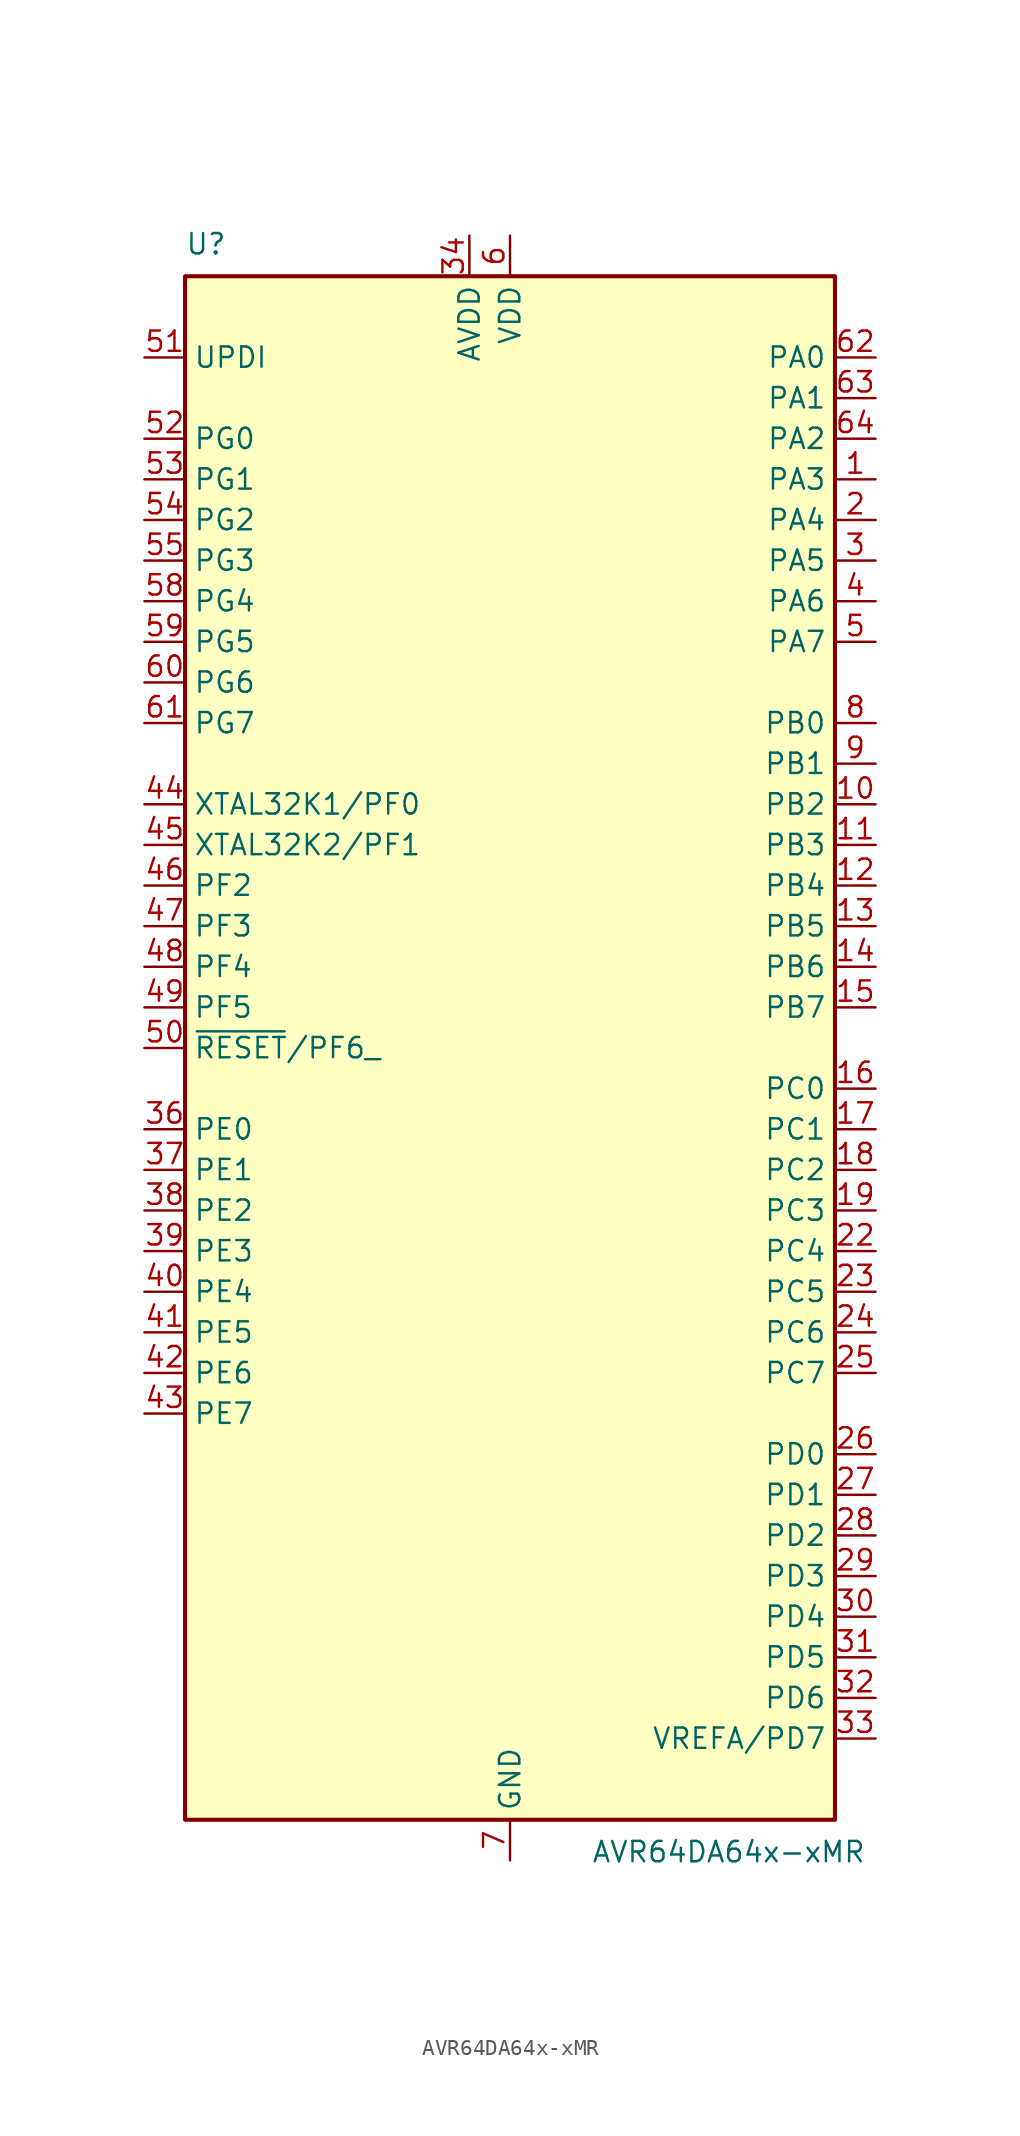
<source format=kicad_sym>
(kicad_symbol_lib
  (version 20211014)
  (generator kicad_symbol_editor)
  (symbol "AVR64DA64x-xMR"
    (property "Reference" "U"
      (at -20.32 49.53 0)
      (effects (font (size 1.27 1.27)) (justify left bottom)))
    (property "Value" "AVR64DA64x-xMR"
      (at 5.08 -49.53 0)
      (effects (font (size 1.27 1.27)) (justify left top)))
    (symbol "AVR64DA64x-xMR_0_1"
      (rectangle (start -20.32 48.26) (end 20.32 -48.26) (stroke (width 0.254) (type default) (color 0 0 0 0)) (fill (type background))))
    (symbol "AVR64DA64x-xMR_1_1"
      (pin bidirectional line (at 22.86 43.18 180) (length 2.54) (name "PA0" (effects (font (size 1.27 1.27)))) (number "62" (effects (font (size 1.27 1.27)))))
      (pin bidirectional line (at 22.86 40.64 180) (length 2.54) (name "PA1" (effects (font (size 1.27 1.27)))) (number "63" (effects (font (size 1.27 1.27)))))
      (pin bidirectional line (at 22.86 38.1 180) (length 2.54) (name "PA2" (effects (font (size 1.27 1.27)))) (number "64" (effects (font (size 1.27 1.27)))))
      (pin bidirectional line (at 22.86 35.56 180) (length 2.54) (name "PA3" (effects (font (size 1.27 1.27)))) (number "1" (effects (font (size 1.27 1.27)))))
      (pin bidirectional line (at 22.86 33.02 180) (length 2.54) (name "PA4" (effects (font (size 1.27 1.27)))) (number "2" (effects (font (size 1.27 1.27)))))
      (pin bidirectional line (at 22.86 30.48 180) (length 2.54) (name "PA5" (effects (font (size 1.27 1.27)))) (number "3" (effects (font (size 1.27 1.27)))))
      (pin bidirectional line (at 22.86 27.94 180) (length 2.54) (name "PA6" (effects (font (size 1.27 1.27)))) (number "4" (effects (font (size 1.27 1.27)))))
      (pin bidirectional line (at 22.86 25.4 180) (length 2.54) (name "PA7" (effects (font (size 1.27 1.27)))) (number "5" (effects (font (size 1.27 1.27)))))
      (pin bidirectional line (at 22.86 20.32 180) (length 2.54) (name "PB0" (effects (font (size 1.27 1.27)))) (number "8" (effects (font (size 1.27 1.27)))))
      (pin bidirectional line (at 22.86 17.78 180) (length 2.54) (name "PB1" (effects (font (size 1.27 1.27)))) (number "9" (effects (font (size 1.27 1.27)))))
      (pin bidirectional line (at 22.86 15.24 180) (length 2.54) (name "PB2" (effects (font (size 1.27 1.27)))) (number "10" (effects (font (size 1.27 1.27)))))
      (pin bidirectional line (at 22.86 12.7 180) (length 2.54) (name "PB3" (effects (font (size 1.27 1.27)))) (number "11" (effects (font (size 1.27 1.27)))))
      (pin bidirectional line (at 22.86 10.16 180) (length 2.54) (name "PB4" (effects (font (size 1.27 1.27)))) (number "12" (effects (font (size 1.27 1.27)))))
      (pin bidirectional line (at 22.86 7.62 180) (length 2.54) (name "PB5" (effects (font (size 1.27 1.27)))) (number "13" (effects (font (size 1.27 1.27)))))
      (pin bidirectional line (at 22.86 5.08 180) (length 2.54) (name "PB6" (effects (font (size 1.27 1.27)))) (number "14" (effects (font (size 1.27 1.27)))))
      (pin bidirectional line (at 22.86 2.54 180) (length 2.54) (name "PB7" (effects (font (size 1.27 1.27)))) (number "15" (effects (font (size 1.27 1.27)))))
      (pin bidirectional line (at 22.86 -2.54 180) (length 2.54) (name "PC0" (effects (font (size 1.27 1.27)))) (number "16" (effects (font (size 1.27 1.27)))))
      (pin bidirectional line (at 22.86 -5.08 180) (length 2.54) (name "PC1" (effects (font (size 1.27 1.27)))) (number "17" (effects (font (size 1.27 1.27)))))
      (pin bidirectional line (at 22.86 -7.62 180) (length 2.54) (name "PC2" (effects (font (size 1.27 1.27)))) (number "18" (effects (font (size 1.27 1.27)))))
      (pin bidirectional line (at 22.86 -10.16 180) (length 2.54) (name "PC3" (effects (font (size 1.27 1.27)))) (number "19" (effects (font (size 1.27 1.27)))))
      (pin bidirectional line (at 22.86 -12.7 180) (length 2.54) (name "PC4" (effects (font (size 1.27 1.27)))) (number "22" (effects (font (size 1.27 1.27)))))
      (pin bidirectional line (at 22.86 -15.24 180) (length 2.54) (name "PC5" (effects (font (size 1.27 1.27)))) (number "23" (effects (font (size 1.27 1.27)))))
      (pin bidirectional line (at 22.86 -17.78 180) (length 2.54) (name "PC6" (effects (font (size 1.27 1.27)))) (number "24" (effects (font (size 1.27 1.27)))))
      (pin bidirectional line (at 22.86 -20.32 180) (length 2.54) (name "PC7" (effects (font (size 1.27 1.27)))) (number "25" (effects (font (size 1.27 1.27)))))
      (pin bidirectional line (at 22.86 -25.4 180) (length 2.54) (name "PD0" (effects (font (size 1.27 1.27)))) (number "26" (effects (font (size 1.27 1.27)))))
      (pin bidirectional line (at 22.86 -27.94 180) (length 2.54) (name "PD1" (effects (font (size 1.27 1.27)))) (number "27" (effects (font (size 1.27 1.27)))))
      (pin bidirectional line (at 22.86 -30.48 180) (length 2.54) (name "PD2" (effects (font (size 1.27 1.27)))) (number "28" (effects (font (size 1.27 1.27)))))
      (pin bidirectional line (at 22.86 -33.02 180) (length 2.54) (name "PD3" (effects (font (size 1.27 1.27)))) (number "29" (effects (font (size 1.27 1.27)))))
      (pin bidirectional line (at 22.86 -35.56 180) (length 2.54) (name "PD4" (effects (font (size 1.27 1.27)))) (number "30" (effects (font (size 1.27 1.27)))))
      (pin bidirectional line (at 22.86 -38.1 180) (length 2.54) (name "PD5" (effects (font (size 1.27 1.27)))) (number "31" (effects (font (size 1.27 1.27)))))
      (pin bidirectional line (at 22.86 -40.64 180) (length 2.54) (name "PD6" (effects (font (size 1.27 1.27)))) (number "32" (effects (font (size 1.27 1.27)))))
      (pin bidirectional line (at 22.86 -43.18 180) (length 2.54) (name "VREFA/PD7" (effects (font (size 1.27 1.27)))) (number "33" (effects (font (size 1.27 1.27)))))
      (pin input line (at -22.86 43.18 0) (length 2.54) (name "UPDI" (effects (font (size 1.27 1.27)))) (number "51" (effects (font (size 1.27 1.27)))))
      (pin bidirectional line (at -22.86 38.1 0) (length 2.54) (name "PG0" (effects (font (size 1.27 1.27)))) (number "52" (effects (font (size 1.27 1.27)))))
      (pin bidirectional line (at -22.86 35.56 0) (length 2.54) (name "PG1" (effects (font (size 1.27 1.27)))) (number "53" (effects (font (size 1.27 1.27)))))
      (pin bidirectional line (at -22.86 33.02 0) (length 2.54) (name "PG2" (effects (font (size 1.27 1.27)))) (number "54" (effects (font (size 1.27 1.27)))))
      (pin bidirectional line (at -22.86 30.48 0) (length 2.54) (name "PG3" (effects (font (size 1.27 1.27)))) (number "55" (effects (font (size 1.27 1.27)))))
      (pin bidirectional line (at -22.86 27.94 0) (length 2.54) (name "PG4" (effects (font (size 1.27 1.27)))) (number "58" (effects (font (size 1.27 1.27)))))
      (pin bidirectional line (at -22.86 25.4 0) (length 2.54) (name "PG5" (effects (font (size 1.27 1.27)))) (number "59" (effects (font (size 1.27 1.27)))))
      (pin bidirectional line (at -22.86 22.86 0) (length 2.54) (name "PG6" (effects (font (size 1.27 1.27)))) (number "60" (effects (font (size 1.27 1.27)))))
      (pin bidirectional line (at -22.86 20.32 0) (length 2.54) (name "PG7" (effects (font (size 1.27 1.27)))) (number "61" (effects (font (size 1.27 1.27)))))
      (pin bidirectional line (at -22.86 15.24 0) (length 2.54) (name "XTAL32K1/PF0" (effects (font (size 1.27 1.27)))) (number "44" (effects (font (size 1.27 1.27)))))
      (pin bidirectional line (at -22.86 12.7 0) (length 2.54) (name "XTAL32K2/PF1" (effects (font (size 1.27 1.27)))) (number "45" (effects (font (size 1.27 1.27)))))
      (pin bidirectional line (at -22.86 10.16 0) (length 2.54) (name "PF2" (effects (font (size 1.27 1.27)))) (number "46" (effects (font (size 1.27 1.27)))))
      (pin bidirectional line (at -22.86 7.62 0) (length 2.54) (name "PF3" (effects (font (size 1.27 1.27)))) (number "47" (effects (font (size 1.27 1.27)))))
      (pin bidirectional line (at -22.86 5.08 0) (length 2.54) (name "PF4" (effects (font (size 1.27 1.27)))) (number "48" (effects (font (size 1.27 1.27)))))
      (pin bidirectional line (at -22.86 2.54 0) (length 2.54) (name "PF5" (effects (font (size 1.27 1.27)))) (number "49" (effects (font (size 1.27 1.27)))))
      (pin bidirectional line (at -22.86 0 0) (length 2.54) (name "~{RESET}/PF6 " (effects (font (size 1.27 1.27)))) (number "50" (effects (font (size 1.27 1.27)))))
      (pin bidirectional line (at -22.86 -5.08 0) (length 2.54) (name "PE0" (effects (font (size 1.27 1.27)))) (number "36" (effects (font (size 1.27 1.27)))))
      (pin bidirectional line (at -22.86 -7.62 0) (length 2.54) (name "PE1" (effects (font (size 1.27 1.27)))) (number "37" (effects (font (size 1.27 1.27)))))
      (pin bidirectional line (at -22.86 -10.16 0) (length 2.54) (name "PE2" (effects (font (size 1.27 1.27)))) (number "38" (effects (font (size 1.27 1.27)))))
      (pin bidirectional line (at -22.86 -12.7 0) (length 2.54) (name "PE3" (effects (font (size 1.27 1.27)))) (number "39" (effects (font (size 1.27 1.27)))))
      (pin bidirectional line (at -22.86 -15.24 0) (length 2.54) (name "PE4" (effects (font (size 1.27 1.27)))) (number "40" (effects (font (size 1.27 1.27)))))
      (pin bidirectional line (at -22.86 -17.78 0) (length 2.54) (name "PE5" (effects (font (size 1.27 1.27)))) (number "41" (effects (font (size 1.27 1.27)))))
      (pin bidirectional line (at -22.86 -20.32 0) (length 2.54) (name "PE6" (effects (font (size 1.27 1.27)))) (number "42" (effects (font (size 1.27 1.27)))))
      (pin bidirectional line (at -22.86 -22.86 0) (length 2.54) (name "PE7" (effects (font (size 1.27 1.27)))) (number "43" (effects (font (size 1.27 1.27)))))
      (pin power_in line (at -2.54 50.8 270) (length 2.54) (name "AVDD" (effects (font (size 1.27 1.27)))) (number "34" (effects (font (size 1.27 1.27)))))
      (pin power_in line (at 0 50.8 270) (length 2.54) (name "VDD" (effects (font (size 1.27 1.27)))) (number "6" (effects (font (size 1.27 1.27)))))
      (pin passive line (at 0 50.8 270) (length 2.54) hide (name "VDD" (effects (font (size 1.27 1.27)))) (number "20" (effects (font (size 1.27 1.27)))))
      (pin passive line (at 0 50.8 270) (length 2.54) hide (name "VDD" (effects (font (size 1.27 1.27)))) (number "56" (effects (font (size 1.27 1.27)))))
      (pin power_in line (at 0 -50.8 90) (length 2.54) (name "GND" (effects (font (size 1.27 1.27)))) (number "7" (effects (font (size 1.27 1.27)))))
      (pin passive line (at 0 -50.8 90) (length 2.54) hide (name "GND" (effects (font (size 1.27 1.27)))) (number "21" (effects (font (size 1.27 1.27)))))
      (pin passive line (at 0 -50.8 90) (length 2.54) hide (name "GND" (effects (font (size 1.27 1.27)))) (number "35" (effects (font (size 1.27 1.27)))))
      (pin passive line (at 0 -50.8 90) (length 2.54) hide (name "GND" (effects (font (size 1.27 1.27)))) (number "57" (effects (font (size 1.27 1.27)))))
      (pin passive line (at 0 -50.8 90) (length 2.54) hide (name "GND" (effects (font (size 1.27 1.27)))) (number "65" (effects (font (size 1.27 1.27))))))))
</source>
